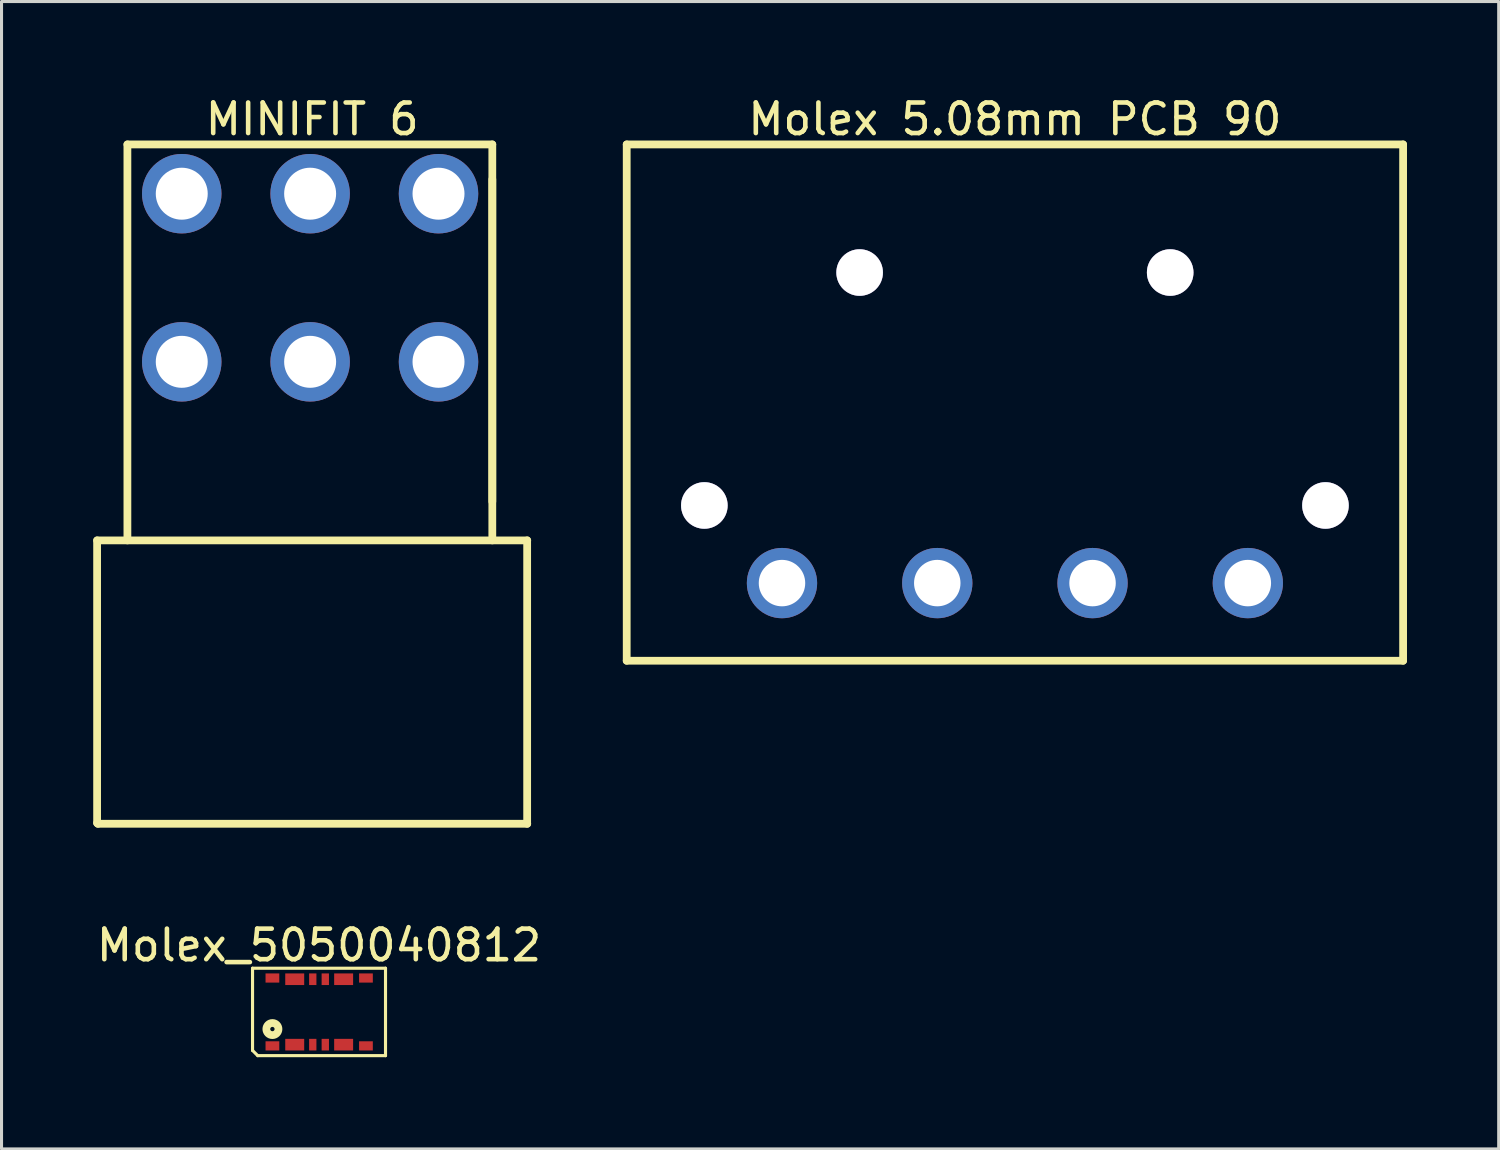
<source format=kicad_pcb>
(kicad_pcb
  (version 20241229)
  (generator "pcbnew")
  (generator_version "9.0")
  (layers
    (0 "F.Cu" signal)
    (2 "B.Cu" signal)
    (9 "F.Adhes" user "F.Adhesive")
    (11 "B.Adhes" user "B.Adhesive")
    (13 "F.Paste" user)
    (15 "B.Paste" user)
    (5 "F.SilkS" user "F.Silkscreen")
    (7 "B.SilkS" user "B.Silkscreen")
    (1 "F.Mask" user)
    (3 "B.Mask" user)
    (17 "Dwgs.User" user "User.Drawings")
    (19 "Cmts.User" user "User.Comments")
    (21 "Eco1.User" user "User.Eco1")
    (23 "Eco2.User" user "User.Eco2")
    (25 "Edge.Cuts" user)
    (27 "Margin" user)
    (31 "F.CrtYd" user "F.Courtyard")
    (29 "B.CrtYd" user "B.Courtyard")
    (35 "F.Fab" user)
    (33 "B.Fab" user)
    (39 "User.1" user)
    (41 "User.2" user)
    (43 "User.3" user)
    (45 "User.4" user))
  (footprint "Molex_5050040812"
    (layer "F.Cu")
    (at 7.392 30.056)
    (property "Reference" "Molex_5050040812" (at -0.005 -2.181 0) (layer "F.SilkS") (effects (font (size 1 1) (thickness 0.15))))
    (fp_line (start -2.18 -1.43) (end 2.17 -1.43) (stroke (width 0.102) (type solid)) (layer "F.SilkS"))
    (fp_line (start -2.18 1.26) (end -2.18 -1.43) (stroke (width 0.102) (type solid)) (layer "F.SilkS"))
    (fp_line (start -2.18 1.26) (end -2.01 1.43) (stroke (width 0.102) (type solid)) (layer "F.SilkS"))
    (fp_line (start -2.01 1.43) (end 2.17 1.43) (stroke (width 0.102) (type solid)) (layer "F.SilkS"))
    (fp_line (start 2.17 1.43) (end 2.17 -1.43) (stroke (width 0.102) (type solid)) (layer "F.SilkS"))
    (fp_circle (center -1.53 0.56) (end -1.53 0.489) (stroke (width 0.254) (type solid)) (fill no) (layer "F.SilkS"))
    (pad "0" smd rect (at -1.53 -1.11 270) (size 0.3 0.45) (layers "F.Cu" "F.Mask" "F.Paste"))
    (pad "0" smd rect (at -1.53 1.11 270) (size 0.3 0.45) (layers "F.Cu" "F.Mask" "F.Paste"))
    (pad "0" smd rect (at 1.53 -1.11 270) (size 0.3 0.45) (layers "F.Cu" "F.Mask" "F.Paste"))
    (pad "0" smd rect (at 1.53 1.11 270) (size 0.3 0.45) (layers "F.Cu" "F.Mask" "F.Paste"))
    (pad "1" smd rect (at -0.8 1.07 180) (size 0.62 0.38) (layers "F.Cu" "F.Mask" "F.Paste"))
    (pad "2" smd rect (at -0.21 1.07) (size 0.24 0.38) (layers "F.Cu" "F.Mask" "F.Paste"))
    (pad "3" smd rect (at 0.2 1.07) (size 0.24 0.38) (layers "F.Cu" "F.Mask" "F.Paste"))
    (pad "4" smd rect (at 0.8 1.07 180) (size 0.62 0.38) (layers "F.Cu" "F.Mask" "F.Paste"))
    (pad "5" smd rect (at 0.8 -1.07 180) (size 0.62 0.38) (layers "F.Cu" "F.Mask" "F.Paste"))
    (pad "6" smd rect (at 0.2 -1.07) (size 0.24 0.38) (layers "F.Cu" "F.Mask" "F.Paste"))
    (pad "7" smd rect (at -0.21 -1.07) (size 0.24 0.38) (layers "F.Cu" "F.Mask" "F.Paste"))
    (pad "8" smd rect (at -0.8 -1.07 180) (size 0.62 0.38) (layers "F.Cu" "F.Mask" "F.Paste")))
  (footprint "MINIFIT 6"
    (layer "F.Cu")
    (at 7.096 6.037)
    (property "Reference" "MINIFIT 6" (at 0.067 -5.189 0) (layer "F.SilkS") (effects (font (size 1 1) (thickness 0.15))))
    (fp_line (start -6.969 8.592) (end 7.103 8.592) (stroke (width 0.254) (type solid)) (layer "F.SilkS"))
    (fp_line (start -6.969 17.838) (end -6.969 8.592) (stroke (width 0.254) (type solid)) (layer "F.SilkS"))
    (fp_line (start -6.969 17.838) (end -6.943 17.863) (stroke (width 0.254) (type solid)) (layer "F.SilkS"))
    (fp_line (start -6.943 17.863) (end 7.103 17.863) (stroke (width 0.254) (type solid)) (layer "F.SilkS"))
    (fp_line (start -5.978 -4.362) (end 5.96 -4.362) (stroke (width 0.254) (type solid)) (layer "F.SilkS"))
    (fp_line (start -5.978 8.592) (end -5.978 -4.362) (stroke (width 0.254) (type solid)) (layer "F.SilkS"))
    (fp_line (start 5.96 7.322) (end 5.96 -4.362) (stroke (width 0.254) (type solid)) (layer "F.SilkS"))
    (fp_line (start 5.96 8.592) (end 5.96 -3.219) (stroke (width 0.254) (type solid)) (layer "F.SilkS"))
    (fp_line (start 7.1 17.863) (end 7.1 8.592) (stroke (width 0.254) (type solid)) (layer "F.SilkS"))
    (pad "1" thru_hole circle (at 4.2 2.75 180) (size 2.6 2.6) (drill 1.7) (layers "*.Cu" "*.Mask"))
    (pad "2" thru_hole circle (at 4.2 -2.75 180) (size 2.6 2.6) (drill 1.7) (layers "*.Cu" "*.Mask"))
    (pad "3" thru_hole circle (at 0 2.75 180) (size 2.6 2.6) (drill 1.7) (layers "*.Cu" "*.Mask"))
    (pad "4" thru_hole circle (at 0 -2.75 180) (size 2.6 2.6) (drill 1.7) (layers "*.Cu" "*.Mask"))
    (pad "5" thru_hole circle (at -4.2 2.75 180) (size 2.6 2.6) (drill 1.7) (layers "*.Cu" "*.Mask"))
    (pad "6" thru_hole circle (at -4.2 -2.75 180) (size 2.6 2.6) (drill 1.7) (layers "*.Cu" "*.Mask")))
  (footprint "Molex 5.08mm PCB 90"
    (layer "F.Cu")
    (at 25.073 5.866)
    (property "Reference" "Molex 5.08mm PCB 90" (at 5.08 -5.018 0) (layer "F.SilkS") (effects (font (size 1 1) (thickness 0.15))))
    (fp_line (start -7.62 -4.191) (end 17.78 -4.191) (stroke (width 0.254) (type solid)) (layer "F.SilkS"))
    (fp_line (start -7.62 12.7) (end -7.62 -4.191) (stroke (width 0.254) (type solid)) (layer "F.SilkS"))
    (fp_line (start -7.62 12.7) (end 17.78 12.7) (stroke (width 0.254) (type solid)) (layer "F.SilkS"))
    (fp_line (start 17.78 12.7) (end 17.78 -4.191) (stroke (width 0.254) (type solid)) (layer "F.SilkS"))
    (pad "0" thru_hole circle (at -5.08 7.62) (size 1.524 1.524) (drill 2.54) (layers "*.Cu" "*.Mask"))
    (pad "0" thru_hole circle (at 0 0) (size 1.524 1.524) (drill 3.99) (layers "*.Cu" "*.Mask"))
    (pad "0" thru_hole circle (at 10.16 0) (size 1.524 1.524) (drill 3.99) (layers "*.Cu" "*.Mask"))
    (pad "0" thru_hole circle (at 15.24 7.62) (size 1.524 1.524) (drill 2.54) (layers "*.Cu" "*.Mask"))
    (pad "1" thru_hole circle (at -2.54 10.16) (size 2.3 2.3) (drill 1.52) (layers "*.Cu" "*.Mask"))
    (pad "2" thru_hole circle (at 2.54 10.16) (size 2.3 2.3) (drill 1.52) (layers "*.Cu" "*.Mask"))
    (pad "3" thru_hole circle (at 7.62 10.16) (size 2.3 2.3) (drill 1.52) (layers "*.Cu" "*.Mask"))
    (pad "4" thru_hole circle (at 12.7 10.16) (size 2.3 2.3) (drill 1.52) (layers "*.Cu" "*.Mask")))
  (gr_rect
    (start -3 -3)
    (end 45.98 34.537)
    (stroke (width 0.1) (type default))
    (fill no)
    (layer "Edge.Cuts")))
</source>
